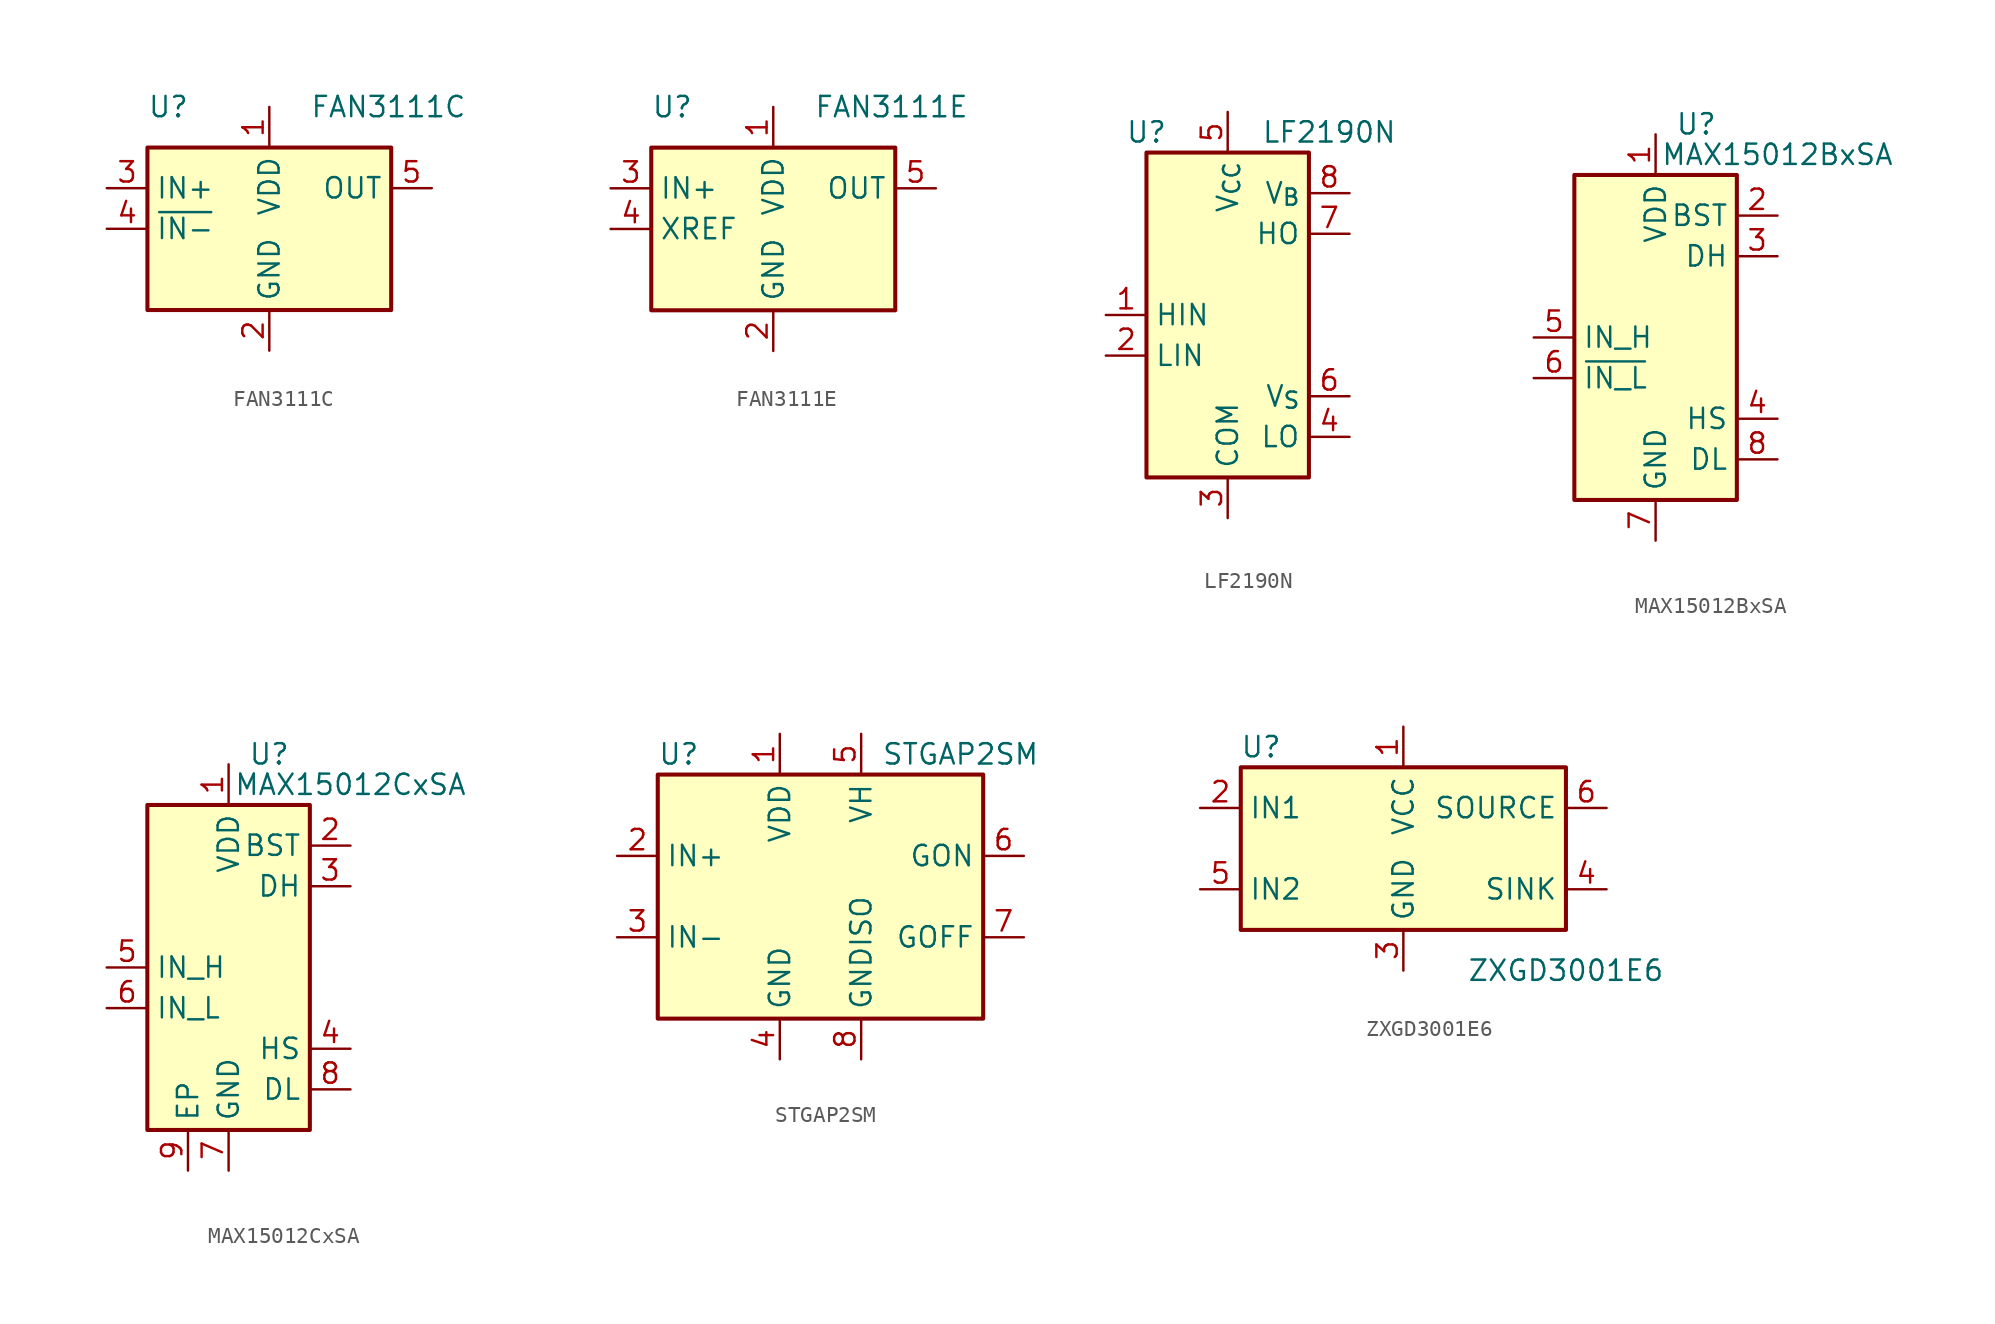
<source format=kicad_sym>
(kicad_symbol_lib
  (version 20241209)
  (generator "kicad_symbol_editor")
  (generator_version "9.0")
  (symbol "FAN3111C"
    (property "Reference" "U"
      (at -7.62 7.62 0)
      (effects (font (size 1.27 1.27)) (justify left)))
    (property "Value" "FAN3111C"
      (at 2.54 7.62 0)
      (effects (font (size 1.27 1.27)) (justify left)))
    (symbol "FAN3111C_0_1"
      (rectangle (start -7.62 5.08) (end 7.62 -5.08) (stroke (width 0.254) (type default)) (fill (type background))))
    (symbol "FAN3111C_1_1"
      (pin input line (at -10.16 2.54 0) (length 2.54) (name "IN+" (effects (font (size 1.27 1.27)))) (number "3" (effects (font (size 1.27 1.27)))))
      (pin input line (at -10.16 0 0) (length 2.54) (name "~{IN-}" (effects (font (size 1.27 1.27)))) (number "4" (effects (font (size 1.27 1.27)))))
      (pin power_in line (at 0 7.62 270) (length 2.54) (name "VDD" (effects (font (size 1.27 1.27)))) (number "1" (effects (font (size 1.27 1.27)))))
      (pin power_in line (at 0 -7.62 90) (length 2.54) (name "GND" (effects (font (size 1.27 1.27)))) (number "2" (effects (font (size 1.27 1.27)))))
      (pin output line (at 10.16 2.54 180) (length 2.54) (name "OUT" (effects (font (size 1.27 1.27)))) (number "5" (effects (font (size 1.27 1.27)))))))
  (symbol "FAN3111E"
    (property "Reference" "U"
      (at -7.62 7.62 0)
      (effects (font (size 1.27 1.27)) (justify left)))
    (property "Value" "FAN3111E"
      (at 2.54 7.62 0)
      (effects (font (size 1.27 1.27)) (justify left)))
    (symbol "FAN3111E_0_1"
      (rectangle (start -7.62 5.08) (end 7.62 -5.08) (stroke (width 0.254) (type default)) (fill (type background))))
    (symbol "FAN3111E_1_1"
      (pin input line (at -10.16 2.54 0) (length 2.54) (name "IN+" (effects (font (size 1.27 1.27)))) (number "3" (effects (font (size 1.27 1.27)))))
      (pin input line (at -10.16 0 0) (length 2.54) (name "XREF" (effects (font (size 1.27 1.27)))) (number "4" (effects (font (size 1.27 1.27)))))
      (pin power_in line (at 0 7.62 270) (length 2.54) (name "VDD" (effects (font (size 1.27 1.27)))) (number "1" (effects (font (size 1.27 1.27)))))
      (pin power_in line (at 0 -7.62 90) (length 2.54) (name "GND" (effects (font (size 1.27 1.27)))) (number "2" (effects (font (size 1.27 1.27)))))
      (pin output line (at 10.16 2.54 180) (length 2.54) (name "OUT" (effects (font (size 1.27 1.27)))) (number "5" (effects (font (size 1.27 1.27)))))))
  (symbol "LF2190N"
    (property "Reference" "U"
      (at -5.08 11.43 0)
      (effects (font (size 1.27 1.27))))
    (property "Value" "LF2190N"
      (at 6.35 11.43 0)
      (effects (font (size 1.27 1.27))))
    (symbol "LF2190N_0_1"
      (rectangle (start -5.08 -10.16) (end 5.08 10.16) (stroke (width 0.254) (type default)) (fill (type background))))
    (symbol "LF2190N_1_1"
      (pin passive line (at -7.62 0 0) (length 2.54) (name "HIN" (effects (font (size 1.27 1.27)))) (number "1" (effects (font (size 1.27 1.27)))))
      (pin passive line (at -7.62 -2.54 0) (length 2.54) (name "LIN" (effects (font (size 1.27 1.27)))) (number "2" (effects (font (size 1.27 1.27)))))
      (pin power_in line (at 0 12.7 270) (length 2.54) (name "V_{CC}" (effects (font (size 1.27 1.27)))) (number "5" (effects (font (size 1.27 1.27)))))
      (pin power_in line (at 0 -12.7 90) (length 2.54) (name "COM" (effects (font (size 1.27 1.27)))) (number "3" (effects (font (size 1.27 1.27)))))
      (pin passive line (at 7.62 7.62 180) (length 2.54) (name "V_{B}" (effects (font (size 1.27 1.27)))) (number "8" (effects (font (size 1.27 1.27)))))
      (pin output line (at 7.62 5.08 180) (length 2.54) (name "HO" (effects (font (size 1.27 1.27)))) (number "7" (effects (font (size 1.27 1.27)))))
      (pin passive line (at 7.62 -5.08 180) (length 2.54) (name "V_{S}" (effects (font (size 1.27 1.27)))) (number "6" (effects (font (size 1.27 1.27)))))
      (pin output line (at 7.62 -7.62 180) (length 2.54) (name "LO" (effects (font (size 1.27 1.27)))) (number "4" (effects (font (size 1.27 1.27)))))))
  (symbol "MAX15012BxSA"
    (property "Reference" "U"
      (at 2.54 13.335 0)
      (effects (font (size 1.27 1.27))))
    (property "Value" "MAX15012BxSA"
      (at 7.62 11.43 0)
      (effects (font (size 1.27 1.27))))
    (symbol "MAX15012BxSA_0_1"
      (rectangle (start -5.08 -10.16) (end 5.08 10.16) (stroke (width 0.254) (type default)) (fill (type background))))
    (symbol "MAX15012BxSA_1_1"
      (pin input line (at -7.62 0 0) (length 2.54) (name "IN_H" (effects (font (size 1.27 1.27)))) (number "5" (effects (font (size 1.27 1.27)))))
      (pin input line (at -7.62 -2.54 0) (length 2.54) (name "~{IN_L}" (effects (font (size 1.27 1.27)))) (number "6" (effects (font (size 1.27 1.27)))))
      (pin power_in line (at 0 12.7 270) (length 2.54) (name "VDD" (effects (font (size 1.27 1.27)))) (number "1" (effects (font (size 1.27 1.27)))))
      (pin power_in line (at 0 -12.7 90) (length 2.54) (name "GND" (effects (font (size 1.27 1.27)))) (number "7" (effects (font (size 1.27 1.27)))))
      (pin power_in line (at 7.62 7.62 180) (length 2.54) (name "BST" (effects (font (size 1.27 1.27)))) (number "2" (effects (font (size 1.27 1.27)))))
      (pin output line (at 7.62 5.08 180) (length 2.54) (name "DH" (effects (font (size 1.27 1.27)))) (number "3" (effects (font (size 1.27 1.27)))))
      (pin passive line (at 7.62 -5.08 180) (length 2.54) (name "HS" (effects (font (size 1.27 1.27)))) (number "4" (effects (font (size 1.27 1.27)))))
      (pin output line (at 7.62 -7.62 180) (length 2.54) (name "DL" (effects (font (size 1.27 1.27)))) (number "8" (effects (font (size 1.27 1.27)))))))
  (symbol "MAX15012CxSA"
    (property "Reference" "U"
      (at 2.54 13.335 0)
      (effects (font (size 1.27 1.27))))
    (property "Value" "MAX15012CxSA"
      (at 7.62 11.43 0)
      (effects (font (size 1.27 1.27))))
    (symbol "MAX15012CxSA_0_1"
      (rectangle (start -5.08 -10.16) (end 5.08 10.16) (stroke (width 0.254) (type default)) (fill (type background))))
    (symbol "MAX15012CxSA_1_1"
      (pin input line (at -7.62 0 0) (length 2.54) (name "IN_H" (effects (font (size 1.27 1.27)))) (number "5" (effects (font (size 1.27 1.27)))))
      (pin input line (at -7.62 -2.54 0) (length 2.54) (name "IN_L" (effects (font (size 1.27 1.27)))) (number "6" (effects (font (size 1.27 1.27)))))
      (pin output line (at -2.54 -12.7 90) (length 2.54) (name "EP" (effects (font (size 1.27 1.27)))) (number "9" (effects (font (size 1.27 1.27)))))
      (pin power_in line (at 0 12.7 270) (length 2.54) (name "VDD" (effects (font (size 1.27 1.27)))) (number "1" (effects (font (size 1.27 1.27)))))
      (pin power_in line (at 0 -12.7 90) (length 2.54) (name "GND" (effects (font (size 1.27 1.27)))) (number "7" (effects (font (size 1.27 1.27)))))
      (pin power_in line (at 7.62 7.62 180) (length 2.54) (name "BST" (effects (font (size 1.27 1.27)))) (number "2" (effects (font (size 1.27 1.27)))))
      (pin output line (at 7.62 5.08 180) (length 2.54) (name "DH" (effects (font (size 1.27 1.27)))) (number "3" (effects (font (size 1.27 1.27)))))
      (pin passive line (at 7.62 -5.08 180) (length 2.54) (name "HS" (effects (font (size 1.27 1.27)))) (number "4" (effects (font (size 1.27 1.27)))))
      (pin output line (at 7.62 -7.62 180) (length 2.54) (name "DL" (effects (font (size 1.27 1.27)))) (number "8" (effects (font (size 1.27 1.27)))))))
  (symbol "STGAP2SM"
    (property "Reference" "U"
      (at -10.16 8.89 0)
      (effects (font (size 1.27 1.27)) (justify left)))
    (property "Value" "STGAP2SM"
      (at 3.81 8.89 0)
      (effects (font (size 1.27 1.27)) (justify left)))
    (symbol "STGAP2SM_0_1"
      (rectangle (start -10.16 -7.62) (end 10.16 7.62) (stroke (width 0.254) (type default)) (fill (type background))))
    (symbol "STGAP2SM_1_1"
      (pin input line (at -12.7 2.54 0) (length 2.54) (name "IN+" (effects (font (size 1.27 1.27)))) (number "2" (effects (font (size 1.27 1.27)))))
      (pin input line (at -12.7 -2.54 0) (length 2.54) (name "IN-" (effects (font (size 1.27 1.27)))) (number "3" (effects (font (size 1.27 1.27)))))
      (pin power_in line (at -2.54 10.16 270) (length 2.54) (name "VDD" (effects (font (size 1.27 1.27)))) (number "1" (effects (font (size 1.27 1.27)))))
      (pin power_in line (at -2.54 -10.16 90) (length 2.54) (name "GND" (effects (font (size 1.27 1.27)))) (number "4" (effects (font (size 1.27 1.27)))))
      (pin power_in line (at 2.54 10.16 270) (length 2.54) (name "VH" (effects (font (size 1.27 1.27)))) (number "5" (effects (font (size 1.27 1.27)))))
      (pin power_in line (at 2.54 -10.16 90) (length 2.54) (name "GNDISO" (effects (font (size 1.27 1.27)))) (number "8" (effects (font (size 1.27 1.27)))))
      (pin output line (at 12.7 2.54 180) (length 2.54) (name "GON" (effects (font (size 1.27 1.27)))) (number "6" (effects (font (size 1.27 1.27)))))
      (pin output line (at 12.7 -2.54 180) (length 2.54) (name "GOFF" (effects (font (size 1.27 1.27)))) (number "7" (effects (font (size 1.27 1.27)))))))
  (symbol "ZXGD3001E6"
    (property "Reference" "U"
      (at -8.89 6.35 0)
      (effects (font (size 1.27 1.27))))
    (property "Value" "ZXGD3001E6"
      (at 10.16 -7.62 0)
      (effects (font (size 1.27 1.27))))
    (symbol "ZXGD3001E6_0_1"
      (rectangle (start -10.16 5.08) (end 10.16 -5.08) (stroke (width 0.254) (type default)) (fill (type background))))
    (symbol "ZXGD3001E6_1_1"
      (pin input line (at -12.7 2.54 0) (length 2.54) (name "IN1" (effects (font (size 1.27 1.27)))) (number "2" (effects (font (size 1.27 1.27)))))
      (pin input line (at -12.7 -2.54 0) (length 2.54) (name "IN2" (effects (font (size 1.27 1.27)))) (number "5" (effects (font (size 1.27 1.27)))))
      (pin power_in line (at 0 7.62 270) (length 2.54) (name "VCC" (effects (font (size 1.27 1.27)))) (number "1" (effects (font (size 1.27 1.27)))))
      (pin power_in line (at 0 -7.62 90) (length 2.54) (name "GND" (effects (font (size 1.27 1.27)))) (number "3" (effects (font (size 1.27 1.27)))))
      (pin open_emitter line (at 12.7 2.54 180) (length 2.54) (name "SOURCE" (effects (font (size 1.27 1.27)))) (number "6" (effects (font (size 1.27 1.27)))))
      (pin open_collector line (at 12.7 -2.54 180) (length 2.54) (name "SINK" (effects (font (size 1.27 1.27)))) (number "4" (effects (font (size 1.27 1.27))))))))
</source>
